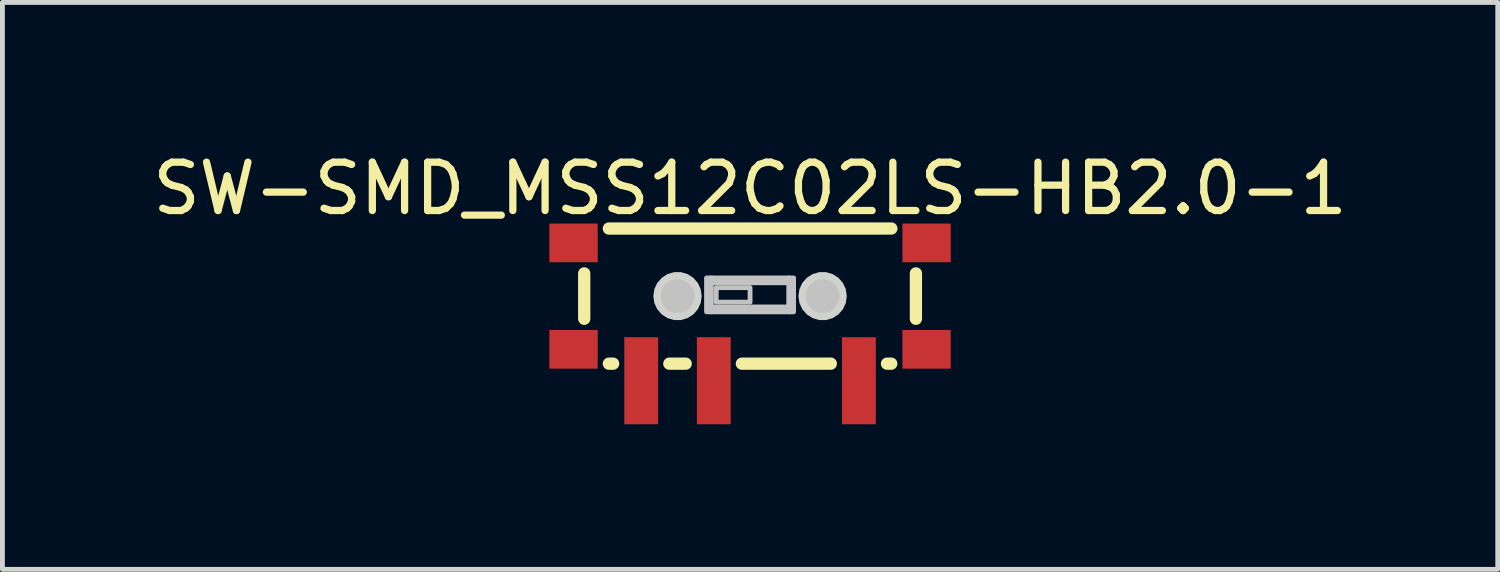
<source format=kicad_pcb>
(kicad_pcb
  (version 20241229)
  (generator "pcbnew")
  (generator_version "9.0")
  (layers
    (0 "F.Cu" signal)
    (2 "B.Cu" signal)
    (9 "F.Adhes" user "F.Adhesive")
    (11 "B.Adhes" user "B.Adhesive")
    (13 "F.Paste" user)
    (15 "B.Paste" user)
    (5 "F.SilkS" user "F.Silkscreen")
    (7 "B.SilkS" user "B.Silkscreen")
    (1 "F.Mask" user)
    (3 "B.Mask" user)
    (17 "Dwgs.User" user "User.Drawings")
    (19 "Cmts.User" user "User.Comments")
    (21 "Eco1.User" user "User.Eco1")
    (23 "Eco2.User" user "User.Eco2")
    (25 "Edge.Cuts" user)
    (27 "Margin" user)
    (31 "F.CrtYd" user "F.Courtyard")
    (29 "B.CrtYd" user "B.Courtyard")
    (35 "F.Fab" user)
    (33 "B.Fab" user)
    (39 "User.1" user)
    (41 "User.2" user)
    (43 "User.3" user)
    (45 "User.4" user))
  (footprint "SW-SMD_MSS12C02LS-HB2.0-1"
    (layer "F.Cu")
    (at 12.458 3.397)
    (property "Reference" "SW-SMD_MSS12C02LS-HB2.0-1" (at 0 -2.549 0) (unlocked yes) (layer "F.SilkS") (effects (font (size 1 1) (thickness 0.15))))
    (fp_line (start -3.429 -0.794) (end -3.429 0.144) (stroke (width 0.254) (type default)) (layer "F.SilkS"))
    (fp_line (start -2.919 1.072) (end -2.831 1.072) (stroke (width 0.254) (type default)) (layer "F.SilkS"))
    (fp_line (start -1.669 1.072) (end -1.331 1.072) (stroke (width 0.254) (type default)) (layer "F.SilkS"))
    (fp_line (start -0.169 1.072) (end 1.669 1.072) (stroke (width 0.254) (type default)) (layer "F.SilkS"))
    (fp_line (start 2.831 1.072) (end 2.919 1.072) (stroke (width 0.254) (type default)) (layer "F.SilkS"))
    (fp_line (start 2.921 -1.722) (end -2.919 -1.722) (stroke (width 0.254) (type default)) (layer "F.SilkS"))
    (fp_line (start 3.429 -0.794) (end 3.429 0.144) (stroke (width 0.254) (type default)) (layer "F.SilkS"))
    (fp_circle (center -1.5 -0.325) (end -1.325 -0.325) (stroke (width 0.35) (type default)) (fill no) (layer "Dwgs.User"))
    (fp_circle (center 1.5 -0.325) (end 1.675 -0.325) (stroke (width 0.35) (type default)) (fill no) (layer "Dwgs.User"))
    (fp_poly (pts (xy -0.9 0) (xy -0.9 -0.7) (xy -0.8 -0.7) (xy -0.8 0)) (stroke (width 0.1) (type default)) (fill no) (layer "Dwgs.User"))
    (fp_poly (pts (xy -0.8 -0.7) (xy 0.8 -0.7) (xy 0.8 -0.6) (xy -0.8 -0.6)) (stroke (width 0.1) (type default)) (fill no) (layer "Dwgs.User"))
    (fp_poly (pts (xy -0.8 0) (xy 0.8 0) (xy 0.8 -0.1) (xy -0.8 -0.1)) (stroke (width 0.1) (type default)) (fill no) (layer "Dwgs.User"))
    (fp_poly (pts (xy -0.7 -0.5) (xy -0.7 -0.2) (xy 0 -0.2) (xy 0 -0.5)) (stroke (width 0.1) (type default)) (fill no) (layer "Dwgs.User"))
    (fp_poly (pts (xy 0.9 0) (xy 0.9 -0.7) (xy 0.8 -0.7) (xy 0.8 0)) (stroke (width 0.1) (type default)) (fill no) (layer "Dwgs.User"))
    (fp_poly (pts (xy -1 -0.325) (xy -1.02 -0.466) (xy -1.079 -0.595) (xy -1.173 -0.703) (xy -1.292 -0.78) (xy -1.429 -0.82) (xy -1.571 -0.82) (xy -1.708 -0.78) (xy -1.827 -0.703) (xy -1.921 -0.595) (xy -1.98 -0.466) (xy -2 -0.325) (xy -1.98 -0.184) (xy -1.921 -0.055) (xy -1.827 0.053) (xy -1.708 0.13) (xy -1.571 0.17) (xy -1.429 0.17) (xy -1.292 0.13) (xy -1.173 0.053) (xy -1.079 -0.055) (xy -1.02 -0.184)) (stroke (width 0) (type default)) (fill yes) (layer "Edge.Cuts"))
    (fp_poly (pts (xy 2 -0.325) (xy 1.98 -0.466) (xy 1.921 -0.595) (xy 1.827 -0.703) (xy 1.708 -0.78) (xy 1.571 -0.82) (xy 1.429 -0.82) (xy 1.292 -0.78) (xy 1.173 -0.703) (xy 1.079 -0.595) (xy 1.02 -0.466) (xy 1 -0.325) (xy 1.02 -0.184) (xy 1.079 -0.055) (xy 1.173 0.053) (xy 1.292 0.13) (xy 1.429 0.17) (xy 1.571 0.17) (xy 1.708 0.13) (xy 1.827 0.053) (xy 1.921 -0.055) (xy 1.98 -0.184)) (stroke (width 0) (type default)) (fill yes) (layer "Edge.Cuts"))
    (fp_poly (pts (xy -3.292 -1.705) (xy -3.292 -1.305) (xy -3.922 -1.305) (xy -3.922 -1.705)) (stroke (width 0.1) (type default)) (fill no) (layer "User.1"))
    (fp_poly (pts (xy -3.292 0.645) (xy -3.292 1.045) (xy -3.922 1.045) (xy -3.922 0.645)) (stroke (width 0.1) (type default)) (fill no) (layer "User.1"))
    (fp_poly (pts (xy -2.45 0.544) (xy -2.05 0.544) (xy -2.05 2.045) (xy -2.45 2.045)) (stroke (width 0.1) (type default)) (fill no) (layer "User.1"))
    (fp_poly (pts (xy -0.95 0.544) (xy -0.55 0.544) (xy -0.55 2.045) (xy -0.95 2.045)) (stroke (width 0.1) (type default)) (fill no) (layer "User.1"))
    (fp_poly (pts (xy 2.05 0.544) (xy 2.45 0.544) (xy 2.45 2.045) (xy 2.05 2.045)) (stroke (width 0.1) (type default)) (fill no) (layer "User.1"))
    (fp_poly (pts (xy 3.917 -1.705) (xy 3.917 -1.305) (xy 3.287 -1.305) (xy 3.287 -1.705)) (stroke (width 0.1) (type default)) (fill no) (layer "User.1"))
    (fp_poly (pts (xy 3.917 0.645) (xy 3.917 1.045) (xy 3.287 1.045) (xy 3.287 0.645)) (stroke (width 0.1) (type default)) (fill no) (layer "User.1"))
    (fp_line (start -3.325 -1.705) (end 3.325 -1.705) (stroke (width 0.051) (type default)) (layer "User.2"))
    (fp_line (start -3.325 1.045) (end -3.325 -1.705) (stroke (width 0.051) (type default)) (layer "User.2"))
    (fp_line (start 3.325 -1.705) (end 3.325 1.045) (stroke (width 0.051) (type default)) (layer "User.2"))
    (fp_line (start 3.325 1.045) (end -3.325 1.045) (stroke (width 0.051) (type default)) (layer "User.2"))
    (fp_poly (pts (xy -3.862 2.045) (xy -3.88 2.002) (xy -3.922 1.984) (xy -3.964 2.002) (xy -3.982 2.045) (xy -3.964 2.087) (xy -3.922 2.104) (xy -3.88 2.087)) (stroke (width 0.1) (type default)) (fill no) (layer "User.3"))
    (pad "1" smd rect (at -2.25 1.425) (size 0.7 1.8) (layers "F.Cu" "F.Mask" "F.Paste"))
    (pad "2" smd rect (at -0.75 1.425) (size 0.7 1.8) (layers "F.Cu" "F.Mask" "F.Paste"))
    (pad "3" smd rect (at 2.25 1.425) (size 0.7 1.8) (layers "F.Cu" "F.Mask" "F.Paste"))
    (pad "4" smd rect (at -3.65 -1.425 90) (size 0.8 1) (layers "F.Cu" "F.Mask" "F.Paste"))
    (pad "4" smd rect (at -3.65 0.775 90) (size 0.8 1) (layers "F.Cu" "F.Mask" "F.Paste"))
    (pad "4" smd rect (at 3.65 -1.425 90) (size 0.8 1) (layers "F.Cu" "F.Mask" "F.Paste"))
    (pad "4" smd rect (at 3.65 0.775 90) (size 0.8 1) (layers "F.Cu" "F.Mask" "F.Paste")))
  (gr_rect
    (start -3 -3)
    (end 27.917 8.722)
    (stroke (width 0.1) (type default))
    (fill no)
    (layer "Edge.Cuts")))
</source>
